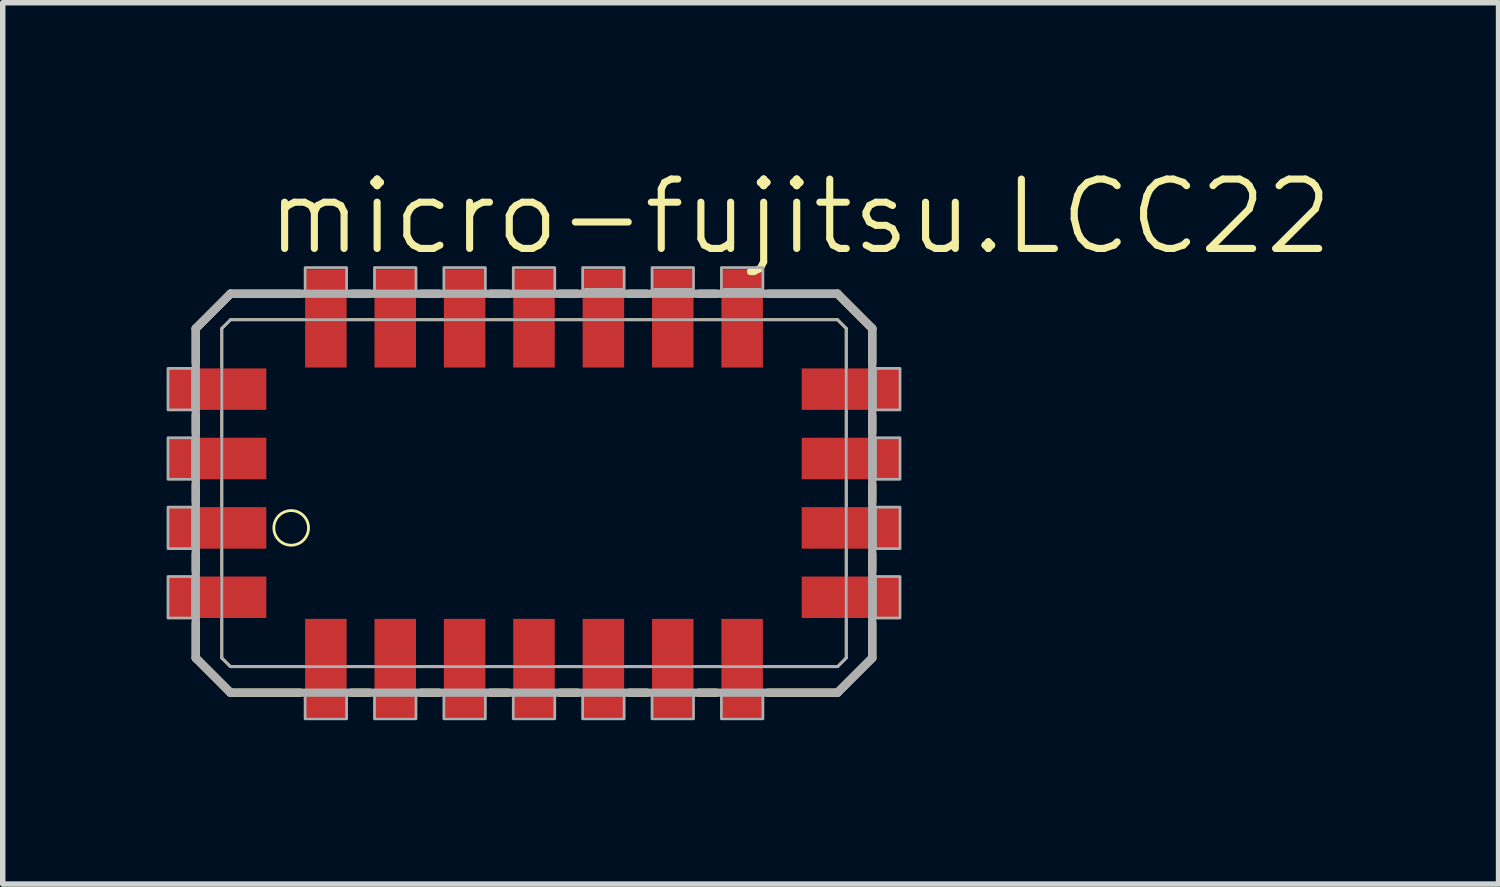
<source format=kicad_pcb>
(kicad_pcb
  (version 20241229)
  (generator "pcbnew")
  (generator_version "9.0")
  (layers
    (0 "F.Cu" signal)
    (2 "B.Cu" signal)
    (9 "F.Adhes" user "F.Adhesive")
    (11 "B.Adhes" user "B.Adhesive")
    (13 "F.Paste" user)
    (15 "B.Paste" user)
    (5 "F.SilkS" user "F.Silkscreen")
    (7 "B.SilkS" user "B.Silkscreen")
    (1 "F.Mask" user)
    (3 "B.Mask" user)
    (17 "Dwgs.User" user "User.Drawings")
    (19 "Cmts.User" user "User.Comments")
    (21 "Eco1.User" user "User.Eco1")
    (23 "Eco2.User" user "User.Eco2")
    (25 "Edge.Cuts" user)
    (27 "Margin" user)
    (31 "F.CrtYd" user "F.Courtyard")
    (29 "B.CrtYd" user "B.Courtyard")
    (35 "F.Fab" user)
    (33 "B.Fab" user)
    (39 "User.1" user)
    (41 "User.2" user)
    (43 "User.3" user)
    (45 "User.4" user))
  (footprint "micro-fujitsu.LCC22"
    (layer "F.Cu")
    (at 6.725 5.978)
    (property "Reference" "micro-fujitsu.LCC22" (at -4.953 -4.318 0) (layer "F.SilkS") (effects (font (size 1.27 1.27) (thickness 0.13)) (justify left bottom)))
    (attr smd)
    (fp_line (start -6.191 -3.016) (end -6.191 -2.381) (stroke (width 0.152) (type default)) (layer "F.SilkS"))
    (fp_line (start -6.191 -1.429) (end -6.191 -1.111) (stroke (width 0.152) (type default)) (layer "F.SilkS"))
    (fp_line (start -6.191 -0.159) (end -6.191 0.159) (stroke (width 0.152) (type default)) (layer "F.SilkS"))
    (fp_line (start -6.191 1.111) (end -6.191 1.429) (stroke (width 0.152) (type default)) (layer "F.SilkS"))
    (fp_line (start -6.191 2.381) (end -6.191 3.016) (stroke (width 0.152) (type default)) (layer "F.SilkS"))
    (fp_line (start -6.191 3.016) (end -5.556 3.651) (stroke (width 0.152) (type default)) (layer "F.SilkS"))
    (fp_line (start -5.715 -3.016) (end -5.556 -3.175) (stroke (width 0.051) (type default)) (layer "F.SilkS"))
    (fp_line (start -5.715 -2.302) (end -5.715 -3.016) (stroke (width 0.051) (type default)) (layer "F.SilkS"))
    (fp_line (start -5.715 -1.032) (end -5.715 -1.508) (stroke (width 0.051) (type default)) (layer "F.SilkS"))
    (fp_line (start -5.715 0.238) (end -5.715 -0.238) (stroke (width 0.051) (type default)) (layer "F.SilkS"))
    (fp_line (start -5.715 1.508) (end -5.715 1.032) (stroke (width 0.051) (type default)) (layer "F.SilkS"))
    (fp_line (start -5.715 3.016) (end -5.715 2.302) (stroke (width 0.051) (type default)) (layer "F.SilkS"))
    (fp_line (start -5.556 -3.651) (end -6.191 -3.016) (stroke (width 0.152) (type default)) (layer "F.SilkS"))
    (fp_line (start -5.556 3.175) (end -5.715 3.016) (stroke (width 0.051) (type default)) (layer "F.SilkS"))
    (fp_line (start -5.556 3.651) (end -4.286 3.651) (stroke (width 0.152) (type default)) (layer "F.SilkS"))
    (fp_line (start -4.286 -3.651) (end -5.556 -3.651) (stroke (width 0.152) (type default)) (layer "F.SilkS"))
    (fp_line (start -4.207 -3.175) (end -5.556 -3.175) (stroke (width 0.051) (type default)) (layer "F.SilkS"))
    (fp_line (start -4.207 3.175) (end -5.556 3.175) (stroke (width 0.051) (type default)) (layer "F.SilkS"))
    (fp_line (start -3.413 -3.175) (end -2.937 -3.175) (stroke (width 0.051) (type default)) (layer "F.SilkS"))
    (fp_line (start -3.334 3.651) (end -3.016 3.651) (stroke (width 0.152) (type default)) (layer "F.SilkS"))
    (fp_line (start -3.016 -3.651) (end -3.334 -3.651) (stroke (width 0.152) (type default)) (layer "F.SilkS"))
    (fp_line (start -2.937 3.175) (end -3.413 3.175) (stroke (width 0.051) (type default)) (layer "F.SilkS"))
    (fp_line (start -2.143 -3.175) (end -1.667 -3.175) (stroke (width 0.051) (type default)) (layer "F.SilkS"))
    (fp_line (start -2.064 3.651) (end -1.746 3.651) (stroke (width 0.152) (type default)) (layer "F.SilkS"))
    (fp_line (start -1.746 -3.651) (end -2.064 -3.651) (stroke (width 0.152) (type default)) (layer "F.SilkS"))
    (fp_line (start -1.667 3.175) (end -2.143 3.175) (stroke (width 0.051) (type default)) (layer "F.SilkS"))
    (fp_line (start -0.873 -3.175) (end -0.397 -3.175) (stroke (width 0.051) (type default)) (layer "F.SilkS"))
    (fp_line (start -0.794 3.651) (end -0.476 3.651) (stroke (width 0.152) (type default)) (layer "F.SilkS"))
    (fp_line (start -0.476 -3.651) (end -0.794 -3.651) (stroke (width 0.152) (type default)) (layer "F.SilkS"))
    (fp_line (start -0.397 3.175) (end -0.873 3.175) (stroke (width 0.051) (type default)) (layer "F.SilkS"))
    (fp_line (start 0.397 -3.175) (end 0.873 -3.175) (stroke (width 0.051) (type default)) (layer "F.SilkS"))
    (fp_line (start 0.476 3.651) (end 0.794 3.651) (stroke (width 0.152) (type default)) (layer "F.SilkS"))
    (fp_line (start 0.794 -3.651) (end 0.476 -3.651) (stroke (width 0.152) (type default)) (layer "F.SilkS"))
    (fp_line (start 0.873 3.175) (end 0.397 3.175) (stroke (width 0.051) (type default)) (layer "F.SilkS"))
    (fp_line (start 1.667 -3.175) (end 2.143 -3.175) (stroke (width 0.051) (type default)) (layer "F.SilkS"))
    (fp_line (start 1.746 3.651) (end 2.064 3.651) (stroke (width 0.152) (type default)) (layer "F.SilkS"))
    (fp_line (start 2.064 -3.651) (end 1.746 -3.651) (stroke (width 0.152) (type default)) (layer "F.SilkS"))
    (fp_line (start 2.143 3.175) (end 1.667 3.175) (stroke (width 0.051) (type default)) (layer "F.SilkS"))
    (fp_line (start 2.937 -3.175) (end 3.413 -3.175) (stroke (width 0.051) (type default)) (layer "F.SilkS"))
    (fp_line (start 3.016 3.651) (end 3.334 3.651) (stroke (width 0.152) (type default)) (layer "F.SilkS"))
    (fp_line (start 3.334 -3.651) (end 3.016 -3.651) (stroke (width 0.152) (type default)) (layer "F.SilkS"))
    (fp_line (start 3.413 3.175) (end 2.937 3.175) (stroke (width 0.051) (type default)) (layer "F.SilkS"))
    (fp_line (start 4.207 -3.175) (end 5.556 -3.175) (stroke (width 0.051) (type default)) (layer "F.SilkS"))
    (fp_line (start 4.286 3.651) (end 5.556 3.651) (stroke (width 0.152) (type default)) (layer "F.SilkS"))
    (fp_line (start 5.556 -3.651) (end 4.286 -3.651) (stroke (width 0.152) (type default)) (layer "F.SilkS"))
    (fp_line (start 5.556 -3.175) (end 5.715 -3.016) (stroke (width 0.051) (type default)) (layer "F.SilkS"))
    (fp_line (start 5.556 3.175) (end 4.207 3.175) (stroke (width 0.051) (type default)) (layer "F.SilkS"))
    (fp_line (start 5.556 3.651) (end 6.191 3.016) (stroke (width 0.152) (type default)) (layer "F.SilkS"))
    (fp_line (start 5.715 -3.016) (end 5.715 -2.302) (stroke (width 0.051) (type default)) (layer "F.SilkS"))
    (fp_line (start 5.715 -1.508) (end 5.715 -1.032) (stroke (width 0.051) (type default)) (layer "F.SilkS"))
    (fp_line (start 5.715 -0.238) (end 5.715 0.238) (stroke (width 0.051) (type default)) (layer "F.SilkS"))
    (fp_line (start 5.715 1.032) (end 5.715 1.508) (stroke (width 0.051) (type default)) (layer "F.SilkS"))
    (fp_line (start 5.715 2.302) (end 5.715 3.016) (stroke (width 0.051) (type default)) (layer "F.SilkS"))
    (fp_line (start 5.715 3.016) (end 5.556 3.175) (stroke (width 0.051) (type default)) (layer "F.SilkS"))
    (fp_line (start 6.191 -3.016) (end 5.556 -3.651) (stroke (width 0.152) (type default)) (layer "F.SilkS"))
    (fp_line (start 6.191 -2.381) (end 6.191 -3.016) (stroke (width 0.152) (type default)) (layer "F.SilkS"))
    (fp_line (start 6.191 -1.111) (end 6.191 -1.429) (stroke (width 0.152) (type default)) (layer "F.SilkS"))
    (fp_line (start 6.191 0.159) (end 6.191 -0.159) (stroke (width 0.152) (type default)) (layer "F.SilkS"))
    (fp_line (start 6.191 1.429) (end 6.191 1.111) (stroke (width 0.152) (type default)) (layer "F.SilkS"))
    (fp_line (start 6.191 3.016) (end 6.191 2.381) (stroke (width 0.152) (type default)) (layer "F.SilkS"))
    (fp_circle (center -4.445 0.635) (end -4.128 0.635) (stroke (width 0.051) (type default)) (fill no) (layer "F.SilkS"))
    (fp_line (start -6.191 -3.016) (end -6.191 3.016) (stroke (width 0.152) (type default)) (layer "F.Fab"))
    (fp_line (start -6.191 3.016) (end -5.556 3.651) (stroke (width 0.152) (type default)) (layer "F.Fab"))
    (fp_line (start -5.715 -3.016) (end -5.556 -3.175) (stroke (width 0.051) (type default)) (layer "F.Fab"))
    (fp_line (start -5.715 3.016) (end -5.715 -3.016) (stroke (width 0.051) (type default)) (layer "F.Fab"))
    (fp_line (start -5.556 -3.651) (end -6.191 -3.016) (stroke (width 0.152) (type default)) (layer "F.Fab"))
    (fp_line (start -5.556 -3.175) (end 5.556 -3.175) (stroke (width 0.051) (type default)) (layer "F.Fab"))
    (fp_line (start -5.556 3.175) (end -5.715 3.016) (stroke (width 0.051) (type default)) (layer "F.Fab"))
    (fp_line (start -5.556 3.651) (end 5.556 3.651) (stroke (width 0.152) (type default)) (layer "F.Fab"))
    (fp_line (start 0.95 -3.68) (end 1.59 -3.68) (stroke (width 0.152) (type default)) (layer "F.Fab"))
    (fp_line (start 2.22 -3.68) (end 2.86 -3.68) (stroke (width 0.152) (type default)) (layer "F.Fab"))
    (fp_line (start 3.49 -3.68) (end 4.13 -3.68) (stroke (width 0.152) (type default)) (layer "F.Fab"))
    (fp_line (start 5.556 -3.651) (end -5.556 -3.651) (stroke (width 0.152) (type default)) (layer "F.Fab"))
    (fp_line (start 5.556 -3.175) (end 5.715 -3.016) (stroke (width 0.051) (type default)) (layer "F.Fab"))
    (fp_line (start 5.556 3.175) (end -5.556 3.175) (stroke (width 0.051) (type default)) (layer "F.Fab"))
    (fp_line (start 5.556 3.651) (end 6.191 3.016) (stroke (width 0.152) (type default)) (layer "F.Fab"))
    (fp_line (start 5.715 -3.016) (end 5.715 3.016) (stroke (width 0.051) (type default)) (layer "F.Fab"))
    (fp_line (start 5.715 3.016) (end 5.556 3.175) (stroke (width 0.051) (type default)) (layer "F.Fab"))
    (fp_line (start 6.191 -3.016) (end 5.556 -3.651) (stroke (width 0.152) (type default)) (layer "F.Fab"))
    (fp_line (start 6.191 3.016) (end 6.191 -3.016) (stroke (width 0.152) (type default)) (layer "F.Fab"))
    (fp_rect (start -6.7 -1.525) (end -6.25 -2.285) (stroke (width 0.05) (type default)) (fill no) (layer "F.Fab"))
    (fp_rect (start -6.7 -0.255) (end -6.25 -1.015) (stroke (width 0.05) (type default)) (fill no) (layer "F.Fab"))
    (fp_rect (start -6.7 1.015) (end -6.25 0.255) (stroke (width 0.05) (type default)) (fill no) (layer "F.Fab"))
    (fp_rect (start -6.7 2.285) (end -6.25 1.525) (stroke (width 0.05) (type default)) (fill no) (layer "F.Fab"))
    (fp_rect (start -4.19 -3.68) (end -3.43 -4.13) (stroke (width 0.05) (type default)) (fill no) (layer "F.Fab"))
    (fp_rect (start -4.19 4.13) (end -3.43 3.68) (stroke (width 0.05) (type default)) (fill no) (layer "F.Fab"))
    (fp_rect (start -2.92 -3.68) (end -2.16 -4.13) (stroke (width 0.05) (type default)) (fill no) (layer "F.Fab"))
    (fp_rect (start -2.92 4.13) (end -2.16 3.68) (stroke (width 0.05) (type default)) (fill no) (layer "F.Fab"))
    (fp_rect (start -1.65 -3.68) (end -0.89 -4.13) (stroke (width 0.05) (type default)) (fill no) (layer "F.Fab"))
    (fp_rect (start -1.65 4.13) (end -0.89 3.68) (stroke (width 0.05) (type default)) (fill no) (layer "F.Fab"))
    (fp_rect (start -0.38 -3.68) (end 0.38 -4.13) (stroke (width 0.05) (type default)) (fill no) (layer "F.Fab"))
    (fp_rect (start -0.38 4.13) (end 0.38 3.68) (stroke (width 0.05) (type default)) (fill no) (layer "F.Fab"))
    (fp_rect (start 0.89 -3.68) (end 1.65 -4.13) (stroke (width 0.05) (type default)) (fill no) (layer "F.Fab"))
    (fp_rect (start 0.89 4.13) (end 1.65 3.68) (stroke (width 0.05) (type default)) (fill no) (layer "F.Fab"))
    (fp_rect (start 2.16 -3.68) (end 2.92 -4.13) (stroke (width 0.05) (type default)) (fill no) (layer "F.Fab"))
    (fp_rect (start 2.16 4.13) (end 2.92 3.68) (stroke (width 0.05) (type default)) (fill no) (layer "F.Fab"))
    (fp_rect (start 3.43 -3.68) (end 4.19 -4.13) (stroke (width 0.05) (type default)) (fill no) (layer "F.Fab"))
    (fp_rect (start 3.43 4.13) (end 4.19 3.68) (stroke (width 0.05) (type default)) (fill no) (layer "F.Fab"))
    (fp_rect (start 6.25 -1.525) (end 6.7 -2.285) (stroke (width 0.05) (type default)) (fill no) (layer "F.Fab"))
    (fp_rect (start 6.25 -0.255) (end 6.7 -1.015) (stroke (width 0.05) (type default)) (fill no) (layer "F.Fab"))
    (fp_rect (start 6.25 1.015) (end 6.7 0.255) (stroke (width 0.05) (type default)) (fill no) (layer "F.Fab"))
    (fp_rect (start 6.25 2.285) (end 6.7 1.525) (stroke (width 0.05) (type default)) (fill no) (layer "F.Fab"))
    (pad "1" smd roundrect (at -5.8 0.635) (size 1.8 0.76) (layers "F.Cu" "F.Mask" "F.Paste") (roundrect_rratio 0.01))
    (pad "2" smd roundrect (at -5.8 1.905) (size 1.8 0.76) (layers "F.Cu" "F.Mask" "F.Paste") (roundrect_rratio 0.01))
    (pad "3" smd roundrect (at -3.81 3.2) (size 0.76 1.8) (layers "F.Cu" "F.Mask" "F.Paste") (roundrect_rratio 0.01))
    (pad "4" smd roundrect (at -2.54 3.2) (size 0.76 1.8) (layers "F.Cu" "F.Mask" "F.Paste") (roundrect_rratio 0.01))
    (pad "5" smd roundrect (at -1.27 3.2) (size 0.76 1.8) (layers "F.Cu" "F.Mask" "F.Paste") (roundrect_rratio 0.01))
    (pad "6" smd roundrect (at 0 3.2) (size 0.76 1.8) (layers "F.Cu" "F.Mask" "F.Paste") (roundrect_rratio 0.01))
    (pad "7" smd roundrect (at 1.27 3.2) (size 0.76 1.8) (layers "F.Cu" "F.Mask" "F.Paste") (roundrect_rratio 0.01))
    (pad "8" smd roundrect (at 2.54 3.2) (size 0.76 1.8) (layers "F.Cu" "F.Mask" "F.Paste") (roundrect_rratio 0.01))
    (pad "9" smd roundrect (at 3.81 3.2) (size 0.76 1.8) (layers "F.Cu" "F.Mask" "F.Paste") (roundrect_rratio 0.01))
    (pad "10" smd roundrect (at 5.8 1.905) (size 1.8 0.76) (layers "F.Cu" "F.Mask" "F.Paste") (roundrect_rratio 0.01))
    (pad "11" smd roundrect (at 5.8 0.635) (size 1.8 0.76) (layers "F.Cu" "F.Mask" "F.Paste") (roundrect_rratio 0.01))
    (pad "12" smd roundrect (at 5.8 -0.635) (size 1.8 0.76) (layers "F.Cu" "F.Mask" "F.Paste") (roundrect_rratio 0.01))
    (pad "13" smd roundrect (at 5.8 -1.905) (size 1.8 0.76) (layers "F.Cu" "F.Mask" "F.Paste") (roundrect_rratio 0.01))
    (pad "14" smd roundrect (at 3.81 -3.2) (size 0.76 1.8) (layers "F.Cu" "F.Mask" "F.Paste") (roundrect_rratio 0.01))
    (pad "15" smd roundrect (at 2.54 -3.2) (size 0.76 1.8) (layers "F.Cu" "F.Mask" "F.Paste") (roundrect_rratio 0.01))
    (pad "16" smd roundrect (at 1.27 -3.2) (size 0.76 1.8) (layers "F.Cu" "F.Mask" "F.Paste") (roundrect_rratio 0.01))
    (pad "17" smd roundrect (at 0 -3.2) (size 0.76 1.8) (layers "F.Cu" "F.Mask" "F.Paste") (roundrect_rratio 0.01))
    (pad "18" smd roundrect (at -1.27 -3.2) (size 0.76 1.8) (layers "F.Cu" "F.Mask" "F.Paste") (roundrect_rratio 0.01))
    (pad "19" smd roundrect (at -2.54 -3.2) (size 0.76 1.8) (layers "F.Cu" "F.Mask" "F.Paste") (roundrect_rratio 0.01))
    (pad "20" smd roundrect (at -3.81 -3.2) (size 0.76 1.8) (layers "F.Cu" "F.Mask" "F.Paste") (roundrect_rratio 0.01))
    (pad "21" smd roundrect (at -5.8 -1.905) (size 1.8 0.76) (layers "F.Cu" "F.Mask" "F.Paste") (roundrect_rratio 0.01))
    (pad "22" smd roundrect (at -5.8 -0.635) (size 1.8 0.76) (layers "F.Cu" "F.Mask" "F.Paste") (roundrect_rratio 0.01)))
  (gr_rect
    (start -3 -3)
    (end 24.381 13.133)
    (stroke (width 0.1) (type default))
    (fill no)
    (layer "Edge.Cuts")))
</source>
